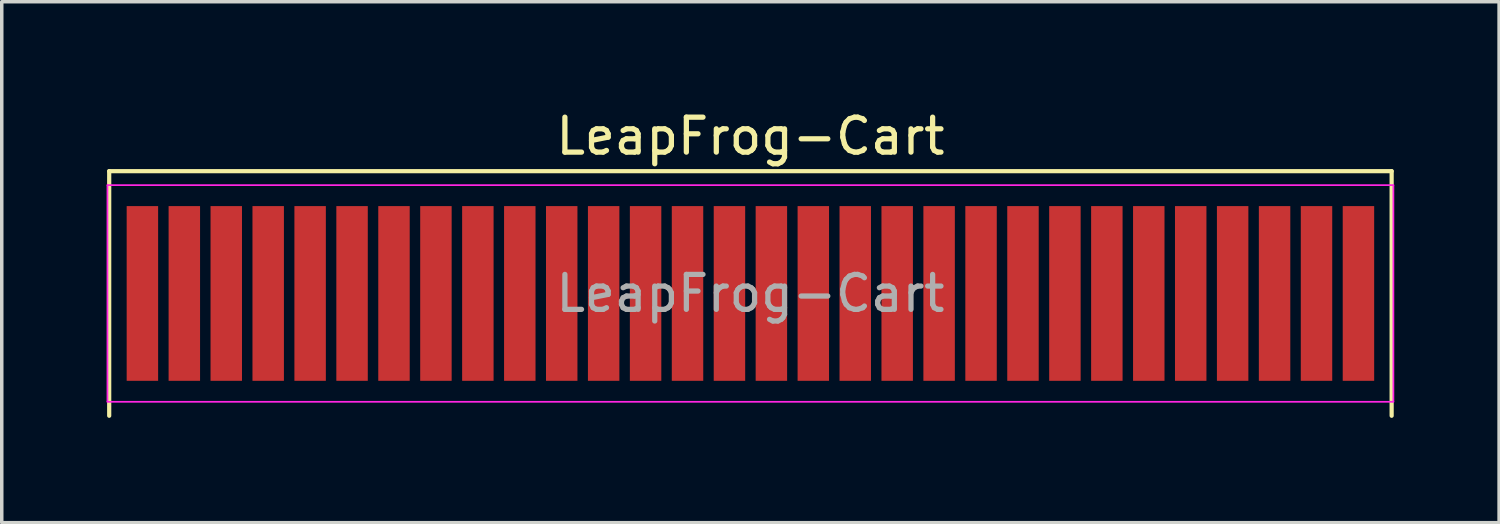
<source format=kicad_pcb>
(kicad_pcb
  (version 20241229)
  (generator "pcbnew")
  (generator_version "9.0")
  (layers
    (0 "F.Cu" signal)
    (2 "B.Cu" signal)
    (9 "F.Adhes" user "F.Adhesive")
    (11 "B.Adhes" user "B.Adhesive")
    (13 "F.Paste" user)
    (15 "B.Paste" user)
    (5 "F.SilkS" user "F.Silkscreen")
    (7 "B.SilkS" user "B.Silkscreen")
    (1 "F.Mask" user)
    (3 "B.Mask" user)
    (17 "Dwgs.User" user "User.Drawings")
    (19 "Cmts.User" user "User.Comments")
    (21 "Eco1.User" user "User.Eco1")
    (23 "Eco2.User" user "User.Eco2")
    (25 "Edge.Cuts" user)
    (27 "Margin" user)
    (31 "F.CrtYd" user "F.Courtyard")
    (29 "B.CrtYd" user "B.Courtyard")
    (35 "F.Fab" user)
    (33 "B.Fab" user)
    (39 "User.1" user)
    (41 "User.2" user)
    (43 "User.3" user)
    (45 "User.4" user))
  (footprint "LeapFrog-Cart"
    (layer "F.Cu")
    (at 18.425 5.348)
    (property "Reference" "LeapFrog-Cart" (at 0 -4.5 0) (unlocked yes) (layer "F.SilkS") (effects (font (size 1 1) (thickness 0.15))))
    (attr smd)
    (fp_line (start -18.35 -3.5) (end 18.35 -3.5) (stroke (width 0.12) (type default)) (layer "F.SilkS"))
    (fp_line (start -18.35 3.5) (end -18.35 -3.5) (stroke (width 0.12) (type default)) (layer "F.SilkS"))
    (fp_line (start 18.35 -3.5) (end 18.35 3.5) (stroke (width 0.12) (type default)) (layer "F.SilkS"))
    (fp_line (start -18.4 -3.1) (end 18.4 -3.1) (stroke (width 0.05) (type default)) (layer "F.CrtYd"))
    (fp_line (start -18.4 3.1) (end -18.4 -3.1) (stroke (width 0.05) (type default)) (layer "F.CrtYd"))
    (fp_line (start 18.4 -3.1) (end 18.4 3.1) (stroke (width 0.05) (type default)) (layer "F.CrtYd"))
    (fp_line (start 18.4 3.1) (end -18.4 3.1) (stroke (width 0.05) (type default)) (layer "F.CrtYd"))
    (fp_text user "${REFERENCE}" (at 0 0 0) (layer "F.Fab") (effects (font (size 1 1) (thickness 0.15))))
    (pad "1" smd rect (at -17.4 0) (size 0.9 5) (layers "F.Cu" "F.Mask"))
    (pad "2" smd rect (at -16.2 0) (size 0.9 5) (layers "F.Cu" "F.Mask"))
    (pad "3" smd rect (at -15 0) (size 0.9 5) (layers "F.Cu" "F.Mask"))
    (pad "4" smd rect (at -13.8 0) (size 0.9 5) (layers "F.Cu" "F.Mask"))
    (pad "5" smd rect (at -12.6 0) (size 0.9 5) (layers "F.Cu" "F.Mask"))
    (pad "6" smd rect (at -11.4 0) (size 0.9 5) (layers "F.Cu" "F.Mask"))
    (pad "7" smd rect (at -10.2 0) (size 0.9 5) (layers "F.Cu" "F.Mask"))
    (pad "8" smd rect (at -9 0) (size 0.9 5) (layers "F.Cu" "F.Mask"))
    (pad "9" smd rect (at -7.8 0) (size 0.9 5) (layers "F.Cu" "F.Mask"))
    (pad "10" smd rect (at -6.6 0) (size 0.9 5) (layers "F.Cu" "F.Mask"))
    (pad "11" smd rect (at -5.4 0) (size 0.9 5) (layers "F.Cu" "F.Mask"))
    (pad "12" smd rect (at -4.2 0) (size 0.9 5) (layers "F.Cu" "F.Mask"))
    (pad "13" smd rect (at -3 0) (size 0.9 5) (layers "F.Cu" "F.Mask"))
    (pad "14" smd rect (at -1.8 0) (size 0.9 5) (layers "F.Cu" "F.Mask"))
    (pad "15" smd rect (at -0.6 0) (size 0.9 5) (layers "F.Cu" "F.Mask"))
    (pad "16" smd rect (at 0.6 0) (size 0.9 5) (layers "F.Cu" "F.Mask"))
    (pad "17" smd rect (at 1.8 0) (size 0.9 5) (layers "F.Cu" "F.Mask"))
    (pad "18" smd rect (at 3 0) (size 0.9 5) (layers "F.Cu" "F.Mask"))
    (pad "19" smd rect (at 4.2 0) (size 0.9 5) (layers "F.Cu" "F.Mask"))
    (pad "20" smd rect (at 5.4 0) (size 0.9 5) (layers "F.Cu" "F.Mask"))
    (pad "21" smd rect (at 6.6 0) (size 0.9 5) (layers "F.Cu" "F.Mask"))
    (pad "22" smd rect (at 7.8 0) (size 0.9 5) (layers "F.Cu" "F.Mask"))
    (pad "23" smd rect (at 9 0) (size 0.9 5) (layers "F.Cu" "F.Mask"))
    (pad "24" smd rect (at 10.2 0) (size 0.9 5) (layers "F.Cu" "F.Mask"))
    (pad "25" smd rect (at 11.4 0) (size 0.9 5) (layers "F.Cu" "F.Mask"))
    (pad "26" smd rect (at 12.6 0) (size 0.9 5) (layers "F.Cu" "F.Mask"))
    (pad "27" smd rect (at 13.8 0) (size 0.9 5) (layers "F.Cu" "F.Mask"))
    (pad "28" smd rect (at 15 0) (size 0.9 5) (layers "F.Cu" "F.Mask"))
    (pad "29" smd rect (at 16.2 0) (size 0.9 5) (layers "F.Cu" "F.Mask"))
    (pad "30" smd rect (at 17.4 0) (size 0.9 5) (layers "F.Cu" "F.Mask")))
  (gr_rect
    (start -3 -3)
    (end 39.85 11.908)
    (stroke (width 0.1) (type default))
    (fill no)
    (layer "Edge.Cuts")))
</source>
